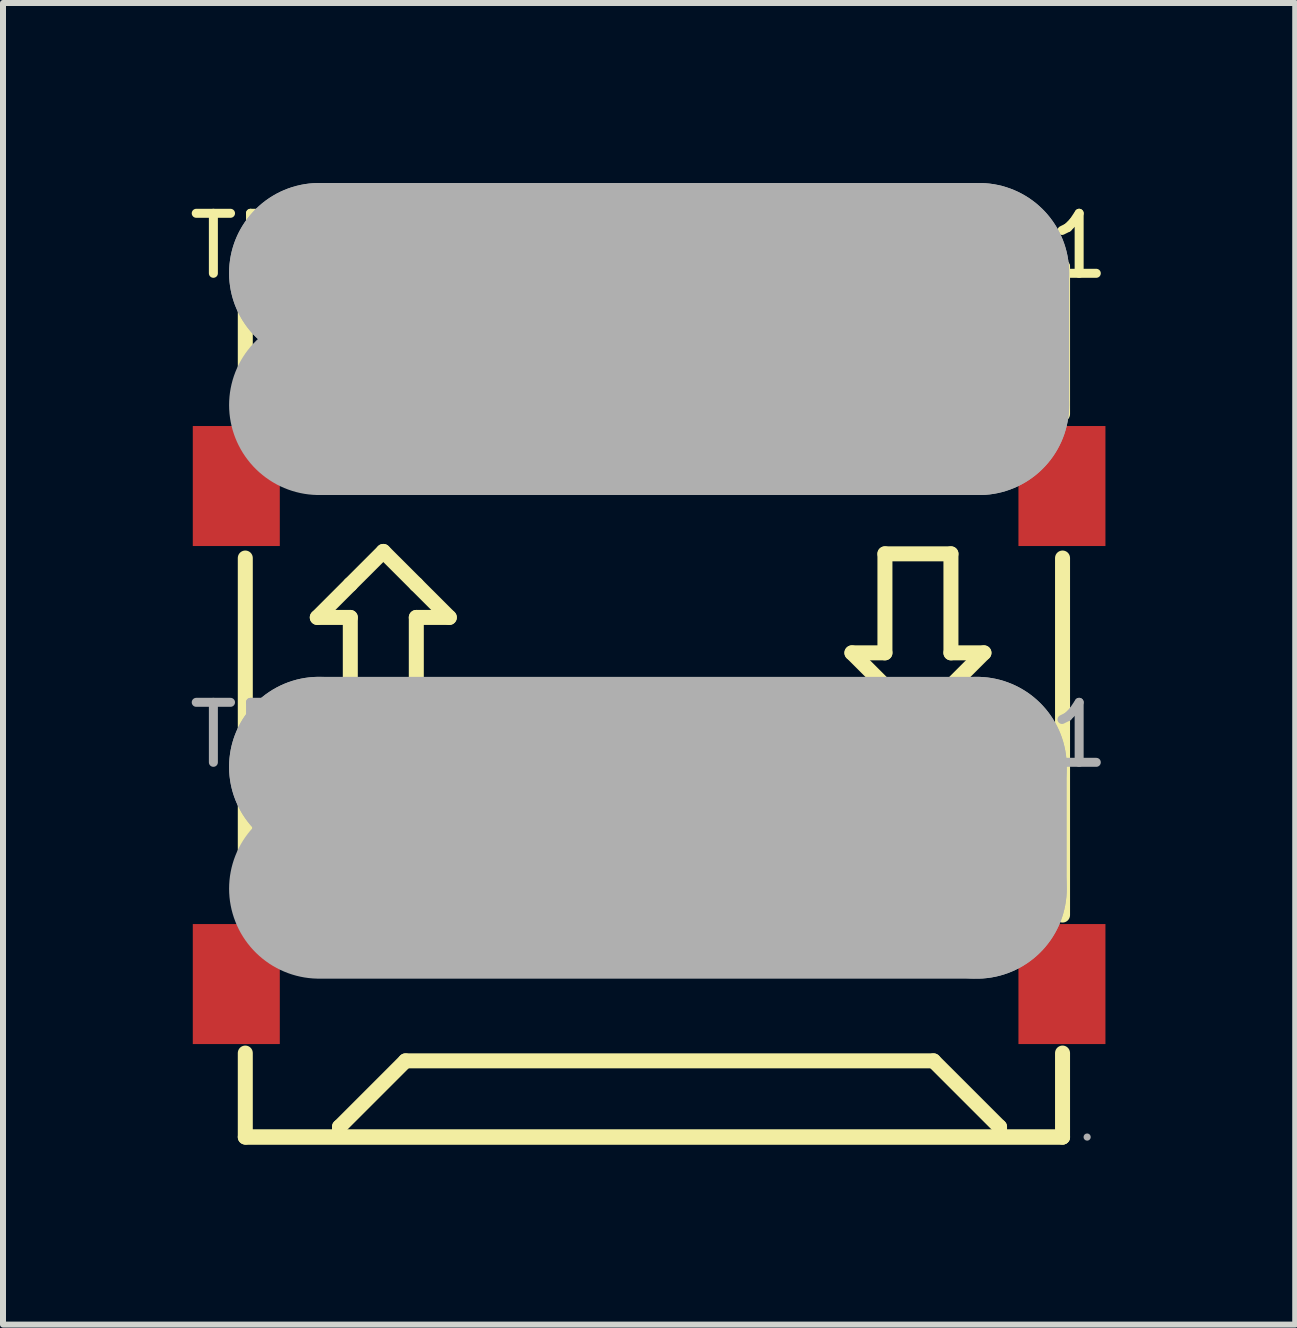
<source format=kicad_pcb>
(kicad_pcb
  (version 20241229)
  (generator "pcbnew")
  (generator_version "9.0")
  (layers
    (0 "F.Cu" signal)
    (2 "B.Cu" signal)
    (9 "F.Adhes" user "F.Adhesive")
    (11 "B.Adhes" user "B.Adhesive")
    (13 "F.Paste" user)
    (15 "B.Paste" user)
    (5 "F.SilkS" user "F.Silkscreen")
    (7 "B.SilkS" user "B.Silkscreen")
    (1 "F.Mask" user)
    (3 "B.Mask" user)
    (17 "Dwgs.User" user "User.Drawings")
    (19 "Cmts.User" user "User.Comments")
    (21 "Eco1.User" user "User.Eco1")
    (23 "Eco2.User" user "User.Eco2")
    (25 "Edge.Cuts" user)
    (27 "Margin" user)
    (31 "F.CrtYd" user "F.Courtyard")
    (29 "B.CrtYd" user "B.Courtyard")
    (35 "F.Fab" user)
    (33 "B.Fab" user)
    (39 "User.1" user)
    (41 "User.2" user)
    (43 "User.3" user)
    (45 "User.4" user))
  (footprint "TF-SMD_472192001"
    (layer "F.Cu")
    (at 7.768 9.2)
    (property "Reference" "TF-SMD_472192001" (at 0 -8.15 0) (layer "F.SilkS") (effects (font (size 1 1) (thickness 0.15))))
    (attr smd)
    (fp_line (start -6.73 -7.79) (end -6.73 -5.35) (stroke (width 0.25) (type solid)) (layer "F.SilkS"))
    (fp_line (start -6.73 -2.95) (end -6.73 3) (stroke (width 0.25) (type solid)) (layer "F.SilkS"))
    (fp_line (start -6.73 5.3) (end -6.73 6.7) (stroke (width 0.25) (type solid)) (layer "F.SilkS"))
    (fp_line (start -6.73 6.7) (end 6.89 6.7) (stroke (width 0.25) (type solid)) (layer "F.SilkS"))
    (fp_line (start -5.53 -1.96) (end -4.98 -2.51) (stroke (width 0.25) (type solid)) (layer "F.SilkS"))
    (fp_line (start -5.16 6.53) (end -4.06 5.43) (stroke (width 0.25) (type solid)) (layer "F.SilkS"))
    (fp_line (start -5.16 6.66) (end -5.16 6.53) (stroke (width 0.25) (type solid)) (layer "F.SilkS"))
    (fp_line (start -4.98 -2.51) (end -4.43 -3.06) (stroke (width 0.25) (type solid)) (layer "F.SilkS"))
    (fp_line (start -4.98 -1.96) (end -5.53 -1.96) (stroke (width 0.25) (type solid)) (layer "F.SilkS"))
    (fp_line (start -4.98 -0.31) (end -4.98 -1.96) (stroke (width 0.25) (type solid)) (layer "F.SilkS"))
    (fp_line (start -4.43 -3.06) (end -3.88 -2.51) (stroke (width 0.25) (type solid)) (layer "F.SilkS"))
    (fp_line (start -4.06 5.43) (end 4.74 5.43) (stroke (width 0.25) (type solid)) (layer "F.SilkS"))
    (fp_line (start -3.88 -2.51) (end -3.33 -1.96) (stroke (width 0.25) (type solid)) (layer "F.SilkS"))
    (fp_line (start -3.88 -1.96) (end -3.88 -0.31) (stroke (width 0.25) (type solid)) (layer "F.SilkS"))
    (fp_line (start -3.88 -0.31) (end -4.98 -0.31) (stroke (width 0.25) (type solid)) (layer "F.SilkS"))
    (fp_line (start -3.33 -1.96) (end -3.88 -1.96) (stroke (width 0.25) (type solid)) (layer "F.SilkS"))
    (fp_line (start 3.38 -1.37) (end 3.93 -1.37) (stroke (width 0.25) (type solid)) (layer "F.SilkS"))
    (fp_line (start 3.93 -3.02) (end 5.03 -3.02) (stroke (width 0.25) (type solid)) (layer "F.SilkS"))
    (fp_line (start 3.93 -1.37) (end 3.93 -3.02) (stroke (width 0.25) (type solid)) (layer "F.SilkS"))
    (fp_line (start 3.93 -0.82) (end 3.38 -1.37) (stroke (width 0.25) (type solid)) (layer "F.SilkS"))
    (fp_line (start 4.48 -0.27) (end 3.93 -0.82) (stroke (width 0.25) (type solid)) (layer "F.SilkS"))
    (fp_line (start 4.74 5.43) (end 5.84 6.53) (stroke (width 0.25) (type solid)) (layer "F.SilkS"))
    (fp_line (start 5.03 -3.02) (end 5.03 -1.37) (stroke (width 0.25) (type solid)) (layer "F.SilkS"))
    (fp_line (start 5.03 -1.37) (end 5.58 -1.37) (stroke (width 0.25) (type solid)) (layer "F.SilkS"))
    (fp_line (start 5.03 -0.82) (end 4.48 -0.27) (stroke (width 0.25) (type solid)) (layer "F.SilkS"))
    (fp_line (start 5.58 -1.37) (end 5.03 -0.82) (stroke (width 0.25) (type solid)) (layer "F.SilkS"))
    (fp_line (start 5.84 6.53) (end 5.84 6.66) (stroke (width 0.25) (type solid)) (layer "F.SilkS"))
    (fp_line (start 6.89 -7.8) (end -6.73 -7.8) (stroke (width 0.25) (type solid)) (layer "F.SilkS"))
    (fp_line (start 6.89 -5.35) (end 6.89 -7.8) (stroke (width 0.25) (type solid)) (layer "F.SilkS"))
    (fp_line (start 6.89 3) (end 6.89 -2.95) (stroke (width 0.25) (type solid)) (layer "F.SilkS"))
    (fp_line (start 6.89 6.7) (end -6.71 6.7) (stroke (width 0.25) (type solid)) (layer "F.SilkS"))
    (fp_line (start 6.89 6.7) (end 6.89 5.3) (stroke (width 0.25) (type solid)) (layer "F.SilkS"))
    (fp_line (start -5.5 -7.7) (end -5.5 -7.7) (stroke (width 3) (type solid)) (layer "F.Fab"))
    (fp_line (start -5.5 -7.7) (end 5.5 -7.7) (stroke (width 3) (type solid)) (layer "F.Fab"))
    (fp_line (start -5.5 0.53) (end -5.5 0.53) (stroke (width 3) (type solid)) (layer "F.Fab"))
    (fp_line (start -5.5 0.53) (end 5.46 0.53) (stroke (width 3) (type solid)) (layer "F.Fab"))
    (fp_line (start 5.46 0.53) (end 5.46 2.56) (stroke (width 3) (type solid)) (layer "F.Fab"))
    (fp_line (start 5.46 2.56) (end -5.5 2.56) (stroke (width 3) (type solid)) (layer "F.Fab"))
    (fp_line (start 5.5 -7.7) (end 5.5 -5.5) (stroke (width 3) (type solid)) (layer "F.Fab"))
    (fp_line (start 5.5 -5.5) (end -5.5 -5.5) (stroke (width 3) (type solid)) (layer "F.Fab"))
    (fp_circle (center 7.3 6.7) (end 7.33 6.7) (stroke (width 0.06) (type solid)) (fill no) (layer "F.Fab"))
    (fp_text user "${REFERENCE}" (at 0 0 0) (layer "F.Fab") (effects (font (size 1 1) (thickness 0.15))))
    (pad "1" smd rect (at 3.2 1.55) (size 0.8 1.5) (layers "F.Cu" "F.Mask" "F.Paste"))
    (pad "2" smd rect (at 2.1 1.55) (size 0.8 1.5) (layers "F.Cu" "F.Mask" "F.Paste"))
    (pad "3" smd rect (at 1 1.55) (size 0.8 1.5) (layers "F.Cu" "F.Mask" "F.Paste"))
    (pad "4" smd rect (at -0.1 1.55) (size 0.8 1.5) (layers "F.Cu" "F.Mask" "F.Paste"))
    (pad "5" smd rect (at -1.2 1.55) (size 0.8 1.5) (layers "F.Cu" "F.Mask" "F.Paste"))
    (pad "6" smd rect (at -2.3 1.55) (size 0.8 1.5) (layers "F.Cu" "F.Mask" "F.Paste"))
    (pad "7" smd rect (at -3.4 1.55) (size 0.8 1.5) (layers "F.Cu" "F.Mask" "F.Paste"))
    (pad "8" smd rect (at -4.5 1.55) (size 0.8 1.5) (layers "F.Cu" "F.Mask" "F.Paste"))
    (pad "9" smd rect (at 6.88 -4.15) (size 1.45 2) (layers "F.Cu" "F.Mask" "F.Paste"))
    (pad "10" smd rect (at -6.88 -4.15) (size 1.45 2) (layers "F.Cu" "F.Mask" "F.Paste"))
    (pad "11" smd rect (at -6.88 4.15) (size 1.45 2) (layers "F.Cu" "F.Mask" "F.Paste"))
    (pad "12" smd rect (at 6.88 4.15) (size 1.45 2) (layers "F.Cu" "F.Mask" "F.Paste")))
  (gr_rect
    (start -3 -3)
    (end 18.536 19.025)
    (stroke (width 0.1) (type default))
    (fill no)
    (layer "Edge.Cuts")))
</source>
